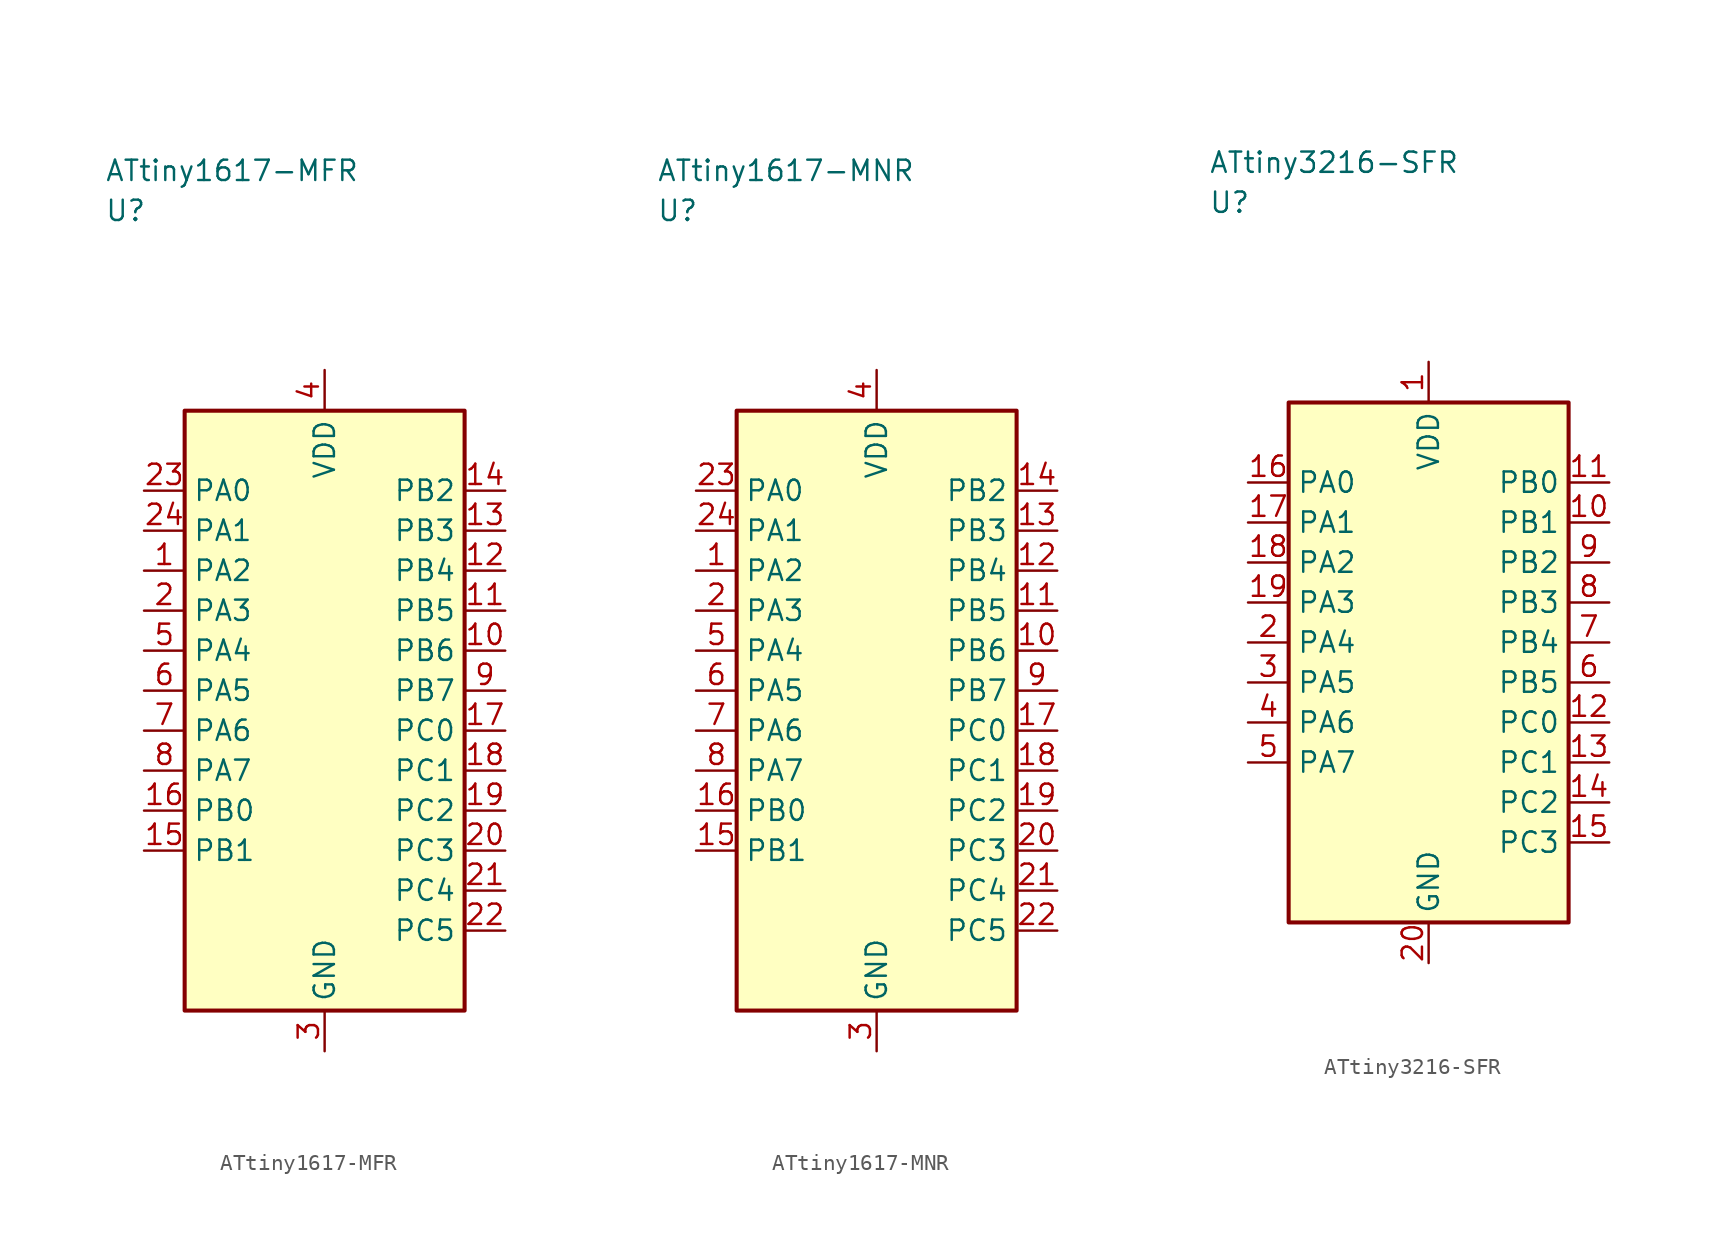
<source format=kicad_sym>
(kicad_symbol_lib
  (version 20241025)
  (generator "kicad_symbol_editor")
  (generator_version "8.0")
  (symbol "ATtiny1617-MFR"
    (property "Reference" "U"
      (at -13.75 31.25 0)
      (effects (font (size 1.27 1.27)) (justify left)))
    (property "Value" "ATtiny1617-MFR"
      (at -13.75 33.75 0)
      (effects (font (size 1.27 1.27)) (justify left)))
    (symbol "ATtiny1617-MFR_0_1"
      (rectangle (start -8.75 18.75) (end 8.75 -18.75) (stroke (width 0.254) (type default)) (fill (type background))))
    (symbol "ATtiny1617-MFR_1_1"
      (pin bidirectional line (at -11.29 8.75 0.0) (length 2.54) (name "PA2" (effects (font (size 1.27 1.27)))) (number "1" (effects (font (size 1.27 1.27)))))
      (pin bidirectional line (at -11.29 6.25 0.0) (length 2.54) (name "PA3" (effects (font (size 1.27 1.27)))) (number "2" (effects (font (size 1.27 1.27)))))
      (pin passive line (at 0.0 -21.29 90.0) (length 2.54) (name "GND" (effects (font (size 1.27 1.27)))) (number "3" (effects (font (size 1.27 1.27)))))
      (pin power_in line (at 0.0 21.29 270.0) (length 2.54) (name "VDD" (effects (font (size 1.27 1.27)))) (number "4" (effects (font (size 1.27 1.27)))))
      (pin bidirectional line (at -11.29 3.75 0.0) (length 2.54) (name "PA4" (effects (font (size 1.27 1.27)))) (number "5" (effects (font (size 1.27 1.27)))))
      (pin bidirectional line (at -11.29 1.25 0.0) (length 2.54) (name "PA5" (effects (font (size 1.27 1.27)))) (number "6" (effects (font (size 1.27 1.27)))))
      (pin bidirectional line (at -11.29 -1.25 0.0) (length 2.54) (name "PA6" (effects (font (size 1.27 1.27)))) (number "7" (effects (font (size 1.27 1.27)))))
      (pin bidirectional line (at -11.29 -3.75 0.0) (length 2.54) (name "PA7" (effects (font (size 1.27 1.27)))) (number "8" (effects (font (size 1.27 1.27)))))
      (pin bidirectional line (at 11.29 1.25 180.0) (length 2.54) (name "PB7" (effects (font (size 1.27 1.27)))) (number "9" (effects (font (size 1.27 1.27)))))
      (pin bidirectional line (at 11.29 3.75 180.0) (length 2.54) (name "PB6" (effects (font (size 1.27 1.27)))) (number "10" (effects (font (size 1.27 1.27)))))
      (pin bidirectional line (at 11.29 6.25 180.0) (length 2.54) (name "PB5" (effects (font (size 1.27 1.27)))) (number "11" (effects (font (size 1.27 1.27)))))
      (pin bidirectional line (at 11.29 8.75 180.0) (length 2.54) (name "PB4" (effects (font (size 1.27 1.27)))) (number "12" (effects (font (size 1.27 1.27)))))
      (pin bidirectional line (at 11.29 11.25 180.0) (length 2.54) (name "PB3" (effects (font (size 1.27 1.27)))) (number "13" (effects (font (size 1.27 1.27)))))
      (pin bidirectional line (at 11.29 13.75 180.0) (length 2.54) (name "PB2" (effects (font (size 1.27 1.27)))) (number "14" (effects (font (size 1.27 1.27)))))
      (pin bidirectional line (at -11.29 -8.75 0.0) (length 2.54) (name "PB1" (effects (font (size 1.27 1.27)))) (number "15" (effects (font (size 1.27 1.27)))))
      (pin bidirectional line (at -11.29 -6.25 0.0) (length 2.54) (name "PB0" (effects (font (size 1.27 1.27)))) (number "16" (effects (font (size 1.27 1.27)))))
      (pin bidirectional line (at 11.29 -1.25 180.0) (length 2.54) (name "PC0" (effects (font (size 1.27 1.27)))) (number "17" (effects (font (size 1.27 1.27)))))
      (pin bidirectional line (at 11.29 -3.75 180.0) (length 2.54) (name "PC1" (effects (font (size 1.27 1.27)))) (number "18" (effects (font (size 1.27 1.27)))))
      (pin bidirectional line (at 11.29 -6.25 180.0) (length 2.54) (name "PC2" (effects (font (size 1.27 1.27)))) (number "19" (effects (font (size 1.27 1.27)))))
      (pin bidirectional line (at 11.29 -8.75 180.0) (length 2.54) (name "PC3" (effects (font (size 1.27 1.27)))) (number "20" (effects (font (size 1.27 1.27)))))
      (pin bidirectional line (at 11.29 -11.25 180.0) (length 2.54) (name "PC4" (effects (font (size 1.27 1.27)))) (number "21" (effects (font (size 1.27 1.27)))))
      (pin bidirectional line (at 11.29 -13.75 180.0) (length 2.54) (name "PC5" (effects (font (size 1.27 1.27)))) (number "22" (effects (font (size 1.27 1.27)))))
      (pin bidirectional line (at -11.29 13.75 0.0) (length 2.54) (name "PA0" (effects (font (size 1.27 1.27)))) (number "23" (effects (font (size 1.27 1.27)))))
      (pin bidirectional line (at -11.29 11.25 0.0) (length 2.54) (name "PA1" (effects (font (size 1.27 1.27)))) (number "24" (effects (font (size 1.27 1.27)))))))
  (symbol "ATtiny1617-MNR"
    (property "Reference" "U"
      (at -13.75 31.25 0)
      (effects (font (size 1.27 1.27)) (justify left)))
    (property "Value" "ATtiny1617-MNR"
      (at -13.75 33.75 0)
      (effects (font (size 1.27 1.27)) (justify left)))
    (symbol "ATtiny1617-MNR_0_1"
      (rectangle (start -8.75 18.75) (end 8.75 -18.75) (stroke (width 0.254) (type default)) (fill (type background))))
    (symbol "ATtiny1617-MNR_1_1"
      (pin bidirectional line (at -11.29 8.75 0.0) (length 2.54) (name "PA2" (effects (font (size 1.27 1.27)))) (number "1" (effects (font (size 1.27 1.27)))))
      (pin bidirectional line (at -11.29 6.25 0.0) (length 2.54) (name "PA3" (effects (font (size 1.27 1.27)))) (number "2" (effects (font (size 1.27 1.27)))))
      (pin passive line (at 0.0 -21.29 90.0) (length 2.54) (name "GND" (effects (font (size 1.27 1.27)))) (number "3" (effects (font (size 1.27 1.27)))))
      (pin power_in line (at 0.0 21.29 270.0) (length 2.54) (name "VDD" (effects (font (size 1.27 1.27)))) (number "4" (effects (font (size 1.27 1.27)))))
      (pin bidirectional line (at -11.29 3.75 0.0) (length 2.54) (name "PA4" (effects (font (size 1.27 1.27)))) (number "5" (effects (font (size 1.27 1.27)))))
      (pin bidirectional line (at -11.29 1.25 0.0) (length 2.54) (name "PA5" (effects (font (size 1.27 1.27)))) (number "6" (effects (font (size 1.27 1.27)))))
      (pin bidirectional line (at -11.29 -1.25 0.0) (length 2.54) (name "PA6" (effects (font (size 1.27 1.27)))) (number "7" (effects (font (size 1.27 1.27)))))
      (pin bidirectional line (at -11.29 -3.75 0.0) (length 2.54) (name "PA7" (effects (font (size 1.27 1.27)))) (number "8" (effects (font (size 1.27 1.27)))))
      (pin bidirectional line (at 11.29 1.25 180.0) (length 2.54) (name "PB7" (effects (font (size 1.27 1.27)))) (number "9" (effects (font (size 1.27 1.27)))))
      (pin bidirectional line (at 11.29 3.75 180.0) (length 2.54) (name "PB6" (effects (font (size 1.27 1.27)))) (number "10" (effects (font (size 1.27 1.27)))))
      (pin bidirectional line (at 11.29 6.25 180.0) (length 2.54) (name "PB5" (effects (font (size 1.27 1.27)))) (number "11" (effects (font (size 1.27 1.27)))))
      (pin bidirectional line (at 11.29 8.75 180.0) (length 2.54) (name "PB4" (effects (font (size 1.27 1.27)))) (number "12" (effects (font (size 1.27 1.27)))))
      (pin bidirectional line (at 11.29 11.25 180.0) (length 2.54) (name "PB3" (effects (font (size 1.27 1.27)))) (number "13" (effects (font (size 1.27 1.27)))))
      (pin bidirectional line (at 11.29 13.75 180.0) (length 2.54) (name "PB2" (effects (font (size 1.27 1.27)))) (number "14" (effects (font (size 1.27 1.27)))))
      (pin bidirectional line (at -11.29 -8.75 0.0) (length 2.54) (name "PB1" (effects (font (size 1.27 1.27)))) (number "15" (effects (font (size 1.27 1.27)))))
      (pin bidirectional line (at -11.29 -6.25 0.0) (length 2.54) (name "PB0" (effects (font (size 1.27 1.27)))) (number "16" (effects (font (size 1.27 1.27)))))
      (pin bidirectional line (at 11.29 -1.25 180.0) (length 2.54) (name "PC0" (effects (font (size 1.27 1.27)))) (number "17" (effects (font (size 1.27 1.27)))))
      (pin bidirectional line (at 11.29 -3.75 180.0) (length 2.54) (name "PC1" (effects (font (size 1.27 1.27)))) (number "18" (effects (font (size 1.27 1.27)))))
      (pin bidirectional line (at 11.29 -6.25 180.0) (length 2.54) (name "PC2" (effects (font (size 1.27 1.27)))) (number "19" (effects (font (size 1.27 1.27)))))
      (pin bidirectional line (at 11.29 -8.75 180.0) (length 2.54) (name "PC3" (effects (font (size 1.27 1.27)))) (number "20" (effects (font (size 1.27 1.27)))))
      (pin bidirectional line (at 11.29 -11.25 180.0) (length 2.54) (name "PC4" (effects (font (size 1.27 1.27)))) (number "21" (effects (font (size 1.27 1.27)))))
      (pin bidirectional line (at 11.29 -13.75 180.0) (length 2.54) (name "PC5" (effects (font (size 1.27 1.27)))) (number "22" (effects (font (size 1.27 1.27)))))
      (pin bidirectional line (at -11.29 13.75 0.0) (length 2.54) (name "PA0" (effects (font (size 1.27 1.27)))) (number "23" (effects (font (size 1.27 1.27)))))
      (pin bidirectional line (at -11.29 11.25 0.0) (length 2.54) (name "PA1" (effects (font (size 1.27 1.27)))) (number "24" (effects (font (size 1.27 1.27)))))))
  (symbol "ATtiny3216-SFR"
    (property "Reference" "U"
      (at -13.75 28.75 0)
      (effects (font (size 1.27 1.27)) (justify left)))
    (property "Value" "ATtiny3216-SFR"
      (at -13.75 31.25 0)
      (effects (font (size 1.27 1.27)) (justify left)))
    (symbol "ATtiny3216-SFR_0_1"
      (rectangle (start -8.75 16.25) (end 8.75 -16.25) (stroke (width 0.254) (type default)) (fill (type background))))
    (symbol "ATtiny3216-SFR_1_1"
      (pin power_in line (at 0.0 18.79 270.0) (length 2.54) (name "VDD" (effects (font (size 1.27 1.27)))) (number "1" (effects (font (size 1.27 1.27)))))
      (pin bidirectional line (at -11.29 1.25 0.0) (length 2.54) (name "PA4" (effects (font (size 1.27 1.27)))) (number "2" (effects (font (size 1.27 1.27)))))
      (pin bidirectional line (at -11.29 -1.25 0.0) (length 2.54) (name "PA5" (effects (font (size 1.27 1.27)))) (number "3" (effects (font (size 1.27 1.27)))))
      (pin bidirectional line (at -11.29 -3.75 0.0) (length 2.54) (name "PA6" (effects (font (size 1.27 1.27)))) (number "4" (effects (font (size 1.27 1.27)))))
      (pin bidirectional line (at -11.29 -6.25 0.0) (length 2.54) (name "PA7" (effects (font (size 1.27 1.27)))) (number "5" (effects (font (size 1.27 1.27)))))
      (pin bidirectional line (at 11.29 -1.25 180.0) (length 2.54) (name "PB5" (effects (font (size 1.27 1.27)))) (number "6" (effects (font (size 1.27 1.27)))))
      (pin bidirectional line (at 11.29 1.25 180.0) (length 2.54) (name "PB4" (effects (font (size 1.27 1.27)))) (number "7" (effects (font (size 1.27 1.27)))))
      (pin bidirectional line (at 11.29 3.75 180.0) (length 2.54) (name "PB3" (effects (font (size 1.27 1.27)))) (number "8" (effects (font (size 1.27 1.27)))))
      (pin bidirectional line (at 11.29 6.25 180.0) (length 2.54) (name "PB2" (effects (font (size 1.27 1.27)))) (number "9" (effects (font (size 1.27 1.27)))))
      (pin bidirectional line (at 11.29 8.75 180.0) (length 2.54) (name "PB1" (effects (font (size 1.27 1.27)))) (number "10" (effects (font (size 1.27 1.27)))))
      (pin bidirectional line (at 11.29 11.25 180.0) (length 2.54) (name "PB0" (effects (font (size 1.27 1.27)))) (number "11" (effects (font (size 1.27 1.27)))))
      (pin bidirectional line (at 11.29 -3.75 180.0) (length 2.54) (name "PC0" (effects (font (size 1.27 1.27)))) (number "12" (effects (font (size 1.27 1.27)))))
      (pin bidirectional line (at 11.29 -6.25 180.0) (length 2.54) (name "PC1" (effects (font (size 1.27 1.27)))) (number "13" (effects (font (size 1.27 1.27)))))
      (pin bidirectional line (at 11.29 -8.75 180.0) (length 2.54) (name "PC2" (effects (font (size 1.27 1.27)))) (number "14" (effects (font (size 1.27 1.27)))))
      (pin bidirectional line (at 11.29 -11.25 180.0) (length 2.54) (name "PC3" (effects (font (size 1.27 1.27)))) (number "15" (effects (font (size 1.27 1.27)))))
      (pin bidirectional line (at -11.29 11.25 0.0) (length 2.54) (name "PA0" (effects (font (size 1.27 1.27)))) (number "16" (effects (font (size 1.27 1.27)))))
      (pin bidirectional line (at -11.29 8.75 0.0) (length 2.54) (name "PA1" (effects (font (size 1.27 1.27)))) (number "17" (effects (font (size 1.27 1.27)))))
      (pin bidirectional line (at -11.29 6.25 0.0) (length 2.54) (name "PA2" (effects (font (size 1.27 1.27)))) (number "18" (effects (font (size 1.27 1.27)))))
      (pin bidirectional line (at -11.29 3.75 0.0) (length 2.54) (name "PA3" (effects (font (size 1.27 1.27)))) (number "19" (effects (font (size 1.27 1.27)))))
      (pin passive line (at 0.0 -18.79 90.0) (length 2.54) (name "GND" (effects (font (size 1.27 1.27)))) (number "20" (effects (font (size 1.27 1.27))))))))
</source>
